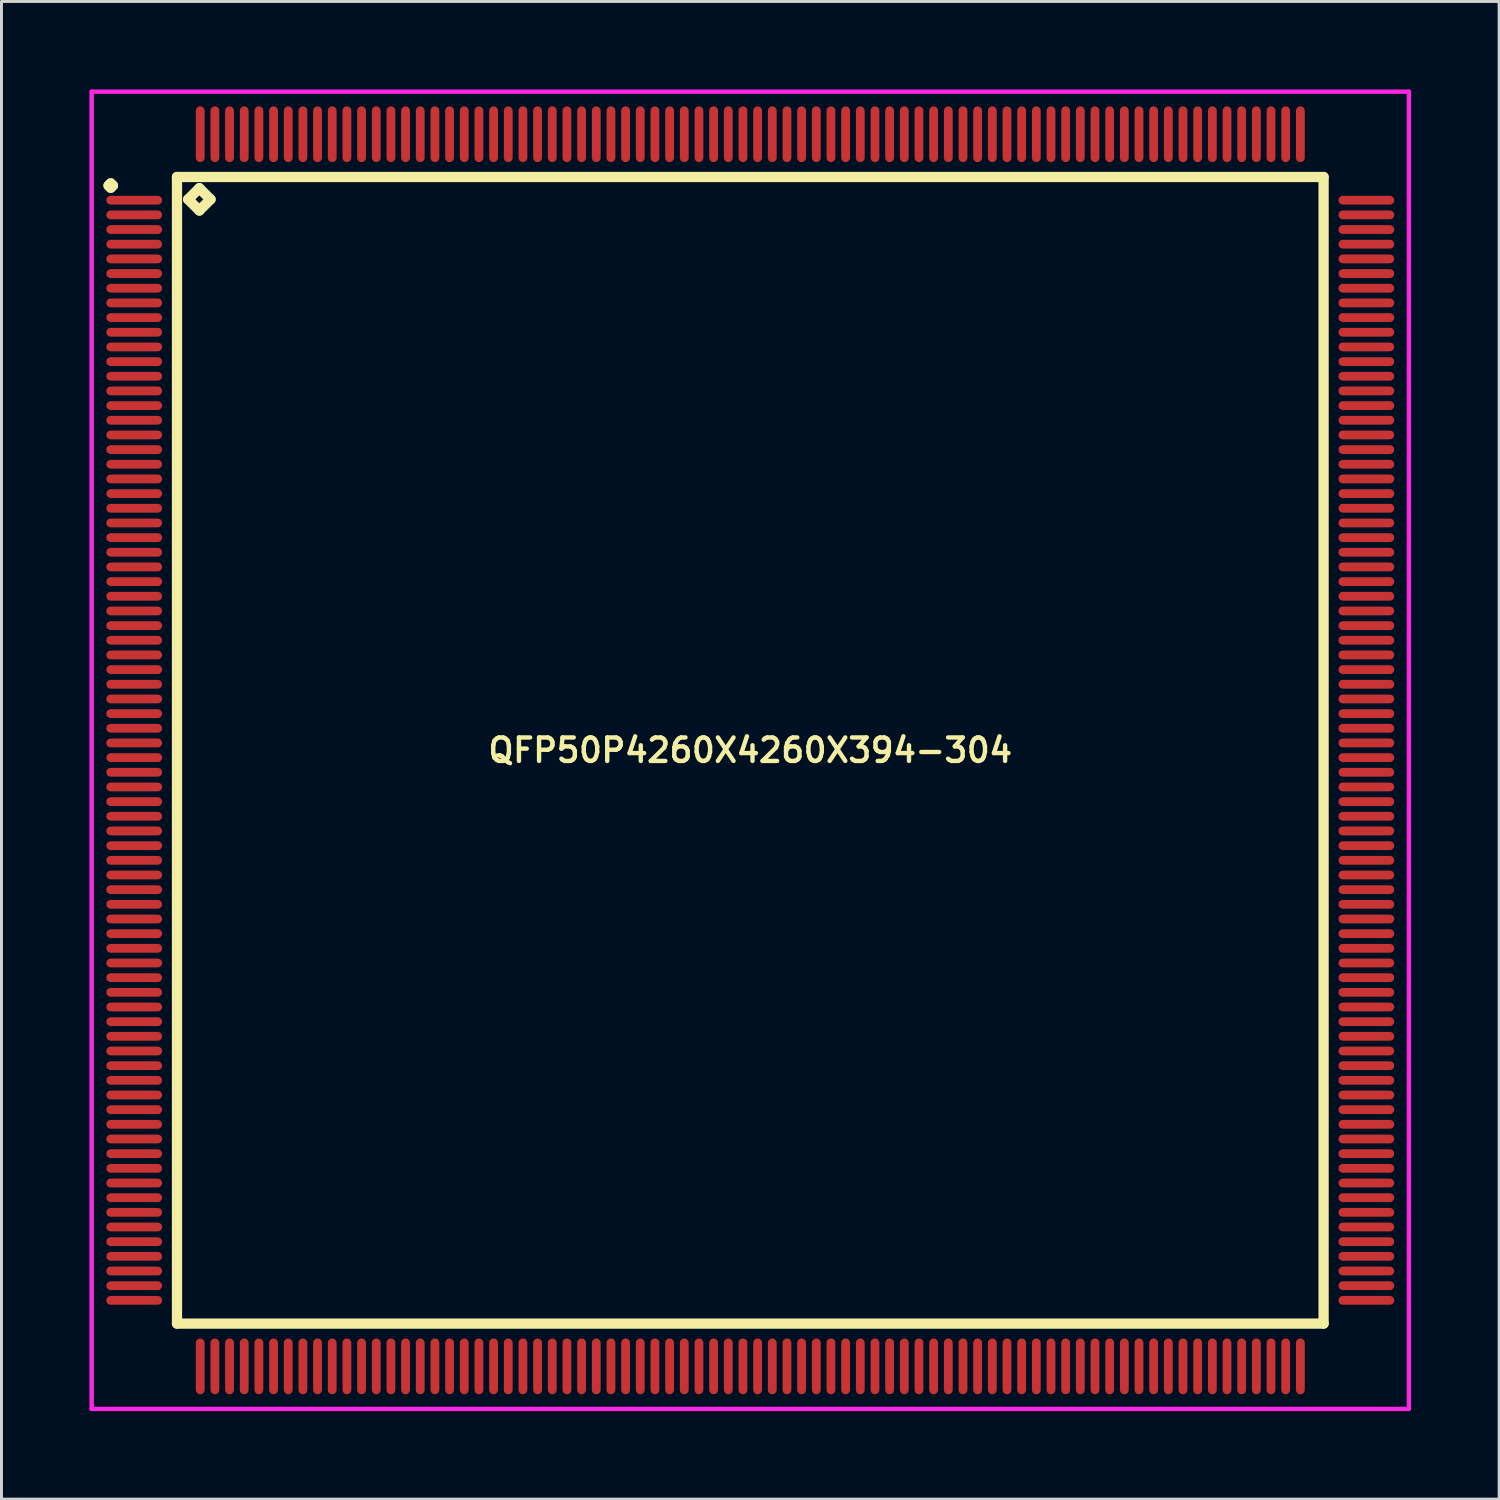
<source format=kicad_pcb>
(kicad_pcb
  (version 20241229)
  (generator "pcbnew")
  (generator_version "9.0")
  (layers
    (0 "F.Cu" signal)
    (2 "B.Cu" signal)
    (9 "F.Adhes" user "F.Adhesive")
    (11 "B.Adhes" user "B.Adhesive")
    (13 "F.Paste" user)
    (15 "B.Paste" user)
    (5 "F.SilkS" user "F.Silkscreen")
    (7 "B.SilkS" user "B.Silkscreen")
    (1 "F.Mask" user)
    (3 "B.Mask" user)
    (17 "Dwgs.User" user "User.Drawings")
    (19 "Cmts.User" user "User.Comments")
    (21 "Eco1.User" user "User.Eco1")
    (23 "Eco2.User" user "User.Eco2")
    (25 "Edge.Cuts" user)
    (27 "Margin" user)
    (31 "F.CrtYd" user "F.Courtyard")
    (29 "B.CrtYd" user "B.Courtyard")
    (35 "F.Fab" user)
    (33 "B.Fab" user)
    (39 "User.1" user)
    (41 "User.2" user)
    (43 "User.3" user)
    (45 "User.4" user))
  (footprint "QFP50P4260X4260X394-304"
    (layer "F.Cu")
    (at 22.525 22.525)
    (property "Reference" "QFP50P4260X4260X394-304" (at 0 0 0) (layer "F.SilkS") (effects (font (size 0.8 0.8) (thickness 0.15))))
    (attr through_hole)
    (fp_line (start -21.875 -19.25) (end -21.8 -19.325) (stroke (width 0.35) (type solid)) (layer "F.SilkS"))
    (fp_line (start -21.8 -19.325) (end -21.725 -19.25) (stroke (width 0.35) (type solid)) (layer "F.SilkS"))
    (fp_line (start -21.8 -19.175) (end -21.875 -19.25) (stroke (width 0.35) (type solid)) (layer "F.SilkS"))
    (fp_line (start -21.725 -19.25) (end -21.8 -19.175) (stroke (width 0.35) (type solid)) (layer "F.SilkS"))
    (fp_line (start -19.542 -19.542) (end -19.542 19.542) (stroke (width 0.35) (type solid)) (layer "F.SilkS"))
    (fp_line (start -19.542 19.542) (end 19.542 19.542) (stroke (width 0.35) (type solid)) (layer "F.SilkS"))
    (fp_line (start -19.161 -18.78) (end -18.78 -19.161) (stroke (width 0.35) (type solid)) (layer "F.SilkS"))
    (fp_line (start -18.78 -19.161) (end -18.399 -18.78) (stroke (width 0.35) (type solid)) (layer "F.SilkS"))
    (fp_line (start -18.78 -18.399) (end -19.161 -18.78) (stroke (width 0.35) (type solid)) (layer "F.SilkS"))
    (fp_line (start -18.399 -18.78) (end -18.78 -18.399) (stroke (width 0.35) (type solid)) (layer "F.SilkS"))
    (fp_line (start 19.542 -19.542) (end -19.542 -19.542) (stroke (width 0.35) (type solid)) (layer "F.SilkS"))
    (fp_line (start 19.542 19.542) (end 19.542 -19.542) (stroke (width 0.35) (type solid)) (layer "F.SilkS"))
    (fp_line (start -22.45 -22.45) (end 22.45 -22.45) (stroke (width 0.15) (type solid)) (layer "F.CrtYd"))
    (fp_line (start -22.45 22.45) (end -22.45 -22.45) (stroke (width 0.15) (type solid)) (layer "F.CrtYd"))
    (fp_line (start 22.45 -22.45) (end 22.45 22.45) (stroke (width 0.15) (type solid)) (layer "F.CrtYd"))
    (fp_line (start 22.45 22.45) (end -22.45 22.45) (stroke (width 0.15) (type solid)) (layer "F.CrtYd"))
    (pad "1" smd oval (at -21 -18.75) (size 1.9 0.3) (layers "F.Cu" "F.Mask" "F.Paste"))
    (pad "2" smd oval (at -21 -18.25) (size 1.9 0.3) (layers "F.Cu" "F.Mask" "F.Paste"))
    (pad "3" smd oval (at -21 -17.75) (size 1.9 0.3) (layers "F.Cu" "F.Mask" "F.Paste"))
    (pad "4" smd oval (at -21 -17.25) (size 1.9 0.3) (layers "F.Cu" "F.Mask" "F.Paste"))
    (pad "5" smd oval (at -21 -16.75) (size 1.9 0.3) (layers "F.Cu" "F.Mask" "F.Paste"))
    (pad "6" smd oval (at -21 -16.25) (size 1.9 0.3) (layers "F.Cu" "F.Mask" "F.Paste"))
    (pad "7" smd oval (at -21 -15.75) (size 1.9 0.3) (layers "F.Cu" "F.Mask" "F.Paste"))
    (pad "8" smd oval (at -21 -15.25) (size 1.9 0.3) (layers "F.Cu" "F.Mask" "F.Paste"))
    (pad "9" smd oval (at -21 -14.75) (size 1.9 0.3) (layers "F.Cu" "F.Mask" "F.Paste"))
    (pad "10" smd oval (at -21 -14.25) (size 1.9 0.3) (layers "F.Cu" "F.Mask" "F.Paste"))
    (pad "11" smd oval (at -21 -13.75) (size 1.9 0.3) (layers "F.Cu" "F.Mask" "F.Paste"))
    (pad "12" smd oval (at -21 -13.25) (size 1.9 0.3) (layers "F.Cu" "F.Mask" "F.Paste"))
    (pad "13" smd oval (at -21 -12.75) (size 1.9 0.3) (layers "F.Cu" "F.Mask" "F.Paste"))
    (pad "14" smd oval (at -21 -12.25) (size 1.9 0.3) (layers "F.Cu" "F.Mask" "F.Paste"))
    (pad "15" smd oval (at -21 -11.75) (size 1.9 0.3) (layers "F.Cu" "F.Mask" "F.Paste"))
    (pad "16" smd oval (at -21 -11.25) (size 1.9 0.3) (layers "F.Cu" "F.Mask" "F.Paste"))
    (pad "17" smd oval (at -21 -10.75) (size 1.9 0.3) (layers "F.Cu" "F.Mask" "F.Paste"))
    (pad "18" smd oval (at -21 -10.25) (size 1.9 0.3) (layers "F.Cu" "F.Mask" "F.Paste"))
    (pad "19" smd oval (at -21 -9.75) (size 1.9 0.3) (layers "F.Cu" "F.Mask" "F.Paste"))
    (pad "20" smd oval (at -21 -9.25) (size 1.9 0.3) (layers "F.Cu" "F.Mask" "F.Paste"))
    (pad "21" smd oval (at -21 -8.75) (size 1.9 0.3) (layers "F.Cu" "F.Mask" "F.Paste"))
    (pad "22" smd oval (at -21 -8.25) (size 1.9 0.3) (layers "F.Cu" "F.Mask" "F.Paste"))
    (pad "23" smd oval (at -21 -7.75) (size 1.9 0.3) (layers "F.Cu" "F.Mask" "F.Paste"))
    (pad "24" smd oval (at -21 -7.25) (size 1.9 0.3) (layers "F.Cu" "F.Mask" "F.Paste"))
    (pad "25" smd oval (at -21 -6.75) (size 1.9 0.3) (layers "F.Cu" "F.Mask" "F.Paste"))
    (pad "26" smd oval (at -21 -6.25) (size 1.9 0.3) (layers "F.Cu" "F.Mask" "F.Paste"))
    (pad "27" smd oval (at -21 -5.75) (size 1.9 0.3) (layers "F.Cu" "F.Mask" "F.Paste"))
    (pad "28" smd oval (at -21 -5.25) (size 1.9 0.3) (layers "F.Cu" "F.Mask" "F.Paste"))
    (pad "29" smd oval (at -21 -4.75) (size 1.9 0.3) (layers "F.Cu" "F.Mask" "F.Paste"))
    (pad "30" smd oval (at -21 -4.25) (size 1.9 0.3) (layers "F.Cu" "F.Mask" "F.Paste"))
    (pad "31" smd oval (at -21 -3.75) (size 1.9 0.3) (layers "F.Cu" "F.Mask" "F.Paste"))
    (pad "32" smd oval (at -21 -3.25) (size 1.9 0.3) (layers "F.Cu" "F.Mask" "F.Paste"))
    (pad "33" smd oval (at -21 -2.75) (size 1.9 0.3) (layers "F.Cu" "F.Mask" "F.Paste"))
    (pad "34" smd oval (at -21 -2.25) (size 1.9 0.3) (layers "F.Cu" "F.Mask" "F.Paste"))
    (pad "35" smd oval (at -21 -1.75) (size 1.9 0.3) (layers "F.Cu" "F.Mask" "F.Paste"))
    (pad "36" smd oval (at -21 -1.25) (size 1.9 0.3) (layers "F.Cu" "F.Mask" "F.Paste"))
    (pad "37" smd oval (at -21 -0.75) (size 1.9 0.3) (layers "F.Cu" "F.Mask" "F.Paste"))
    (pad "38" smd oval (at -21 -0.25) (size 1.9 0.3) (layers "F.Cu" "F.Mask" "F.Paste"))
    (pad "39" smd oval (at -21 0.25) (size 1.9 0.3) (layers "F.Cu" "F.Mask" "F.Paste"))
    (pad "40" smd oval (at -21 0.75) (size 1.9 0.3) (layers "F.Cu" "F.Mask" "F.Paste"))
    (pad "41" smd oval (at -21 1.25) (size 1.9 0.3) (layers "F.Cu" "F.Mask" "F.Paste"))
    (pad "42" smd oval (at -21 1.75) (size 1.9 0.3) (layers "F.Cu" "F.Mask" "F.Paste"))
    (pad "43" smd oval (at -21 2.25) (size 1.9 0.3) (layers "F.Cu" "F.Mask" "F.Paste"))
    (pad "44" smd oval (at -21 2.75) (size 1.9 0.3) (layers "F.Cu" "F.Mask" "F.Paste"))
    (pad "45" smd oval (at -21 3.25) (size 1.9 0.3) (layers "F.Cu" "F.Mask" "F.Paste"))
    (pad "46" smd oval (at -21 3.75) (size 1.9 0.3) (layers "F.Cu" "F.Mask" "F.Paste"))
    (pad "47" smd oval (at -21 4.25) (size 1.9 0.3) (layers "F.Cu" "F.Mask" "F.Paste"))
    (pad "48" smd oval (at -21 4.75) (size 1.9 0.3) (layers "F.Cu" "F.Mask" "F.Paste"))
    (pad "49" smd oval (at -21 5.25) (size 1.9 0.3) (layers "F.Cu" "F.Mask" "F.Paste"))
    (pad "50" smd oval (at -21 5.75) (size 1.9 0.3) (layers "F.Cu" "F.Mask" "F.Paste"))
    (pad "51" smd oval (at -21 6.25) (size 1.9 0.3) (layers "F.Cu" "F.Mask" "F.Paste"))
    (pad "52" smd oval (at -21 6.75) (size 1.9 0.3) (layers "F.Cu" "F.Mask" "F.Paste"))
    (pad "53" smd oval (at -21 7.25) (size 1.9 0.3) (layers "F.Cu" "F.Mask" "F.Paste"))
    (pad "54" smd oval (at -21 7.75) (size 1.9 0.3) (layers "F.Cu" "F.Mask" "F.Paste"))
    (pad "55" smd oval (at -21 8.25) (size 1.9 0.3) (layers "F.Cu" "F.Mask" "F.Paste"))
    (pad "56" smd oval (at -21 8.75) (size 1.9 0.3) (layers "F.Cu" "F.Mask" "F.Paste"))
    (pad "57" smd oval (at -21 9.25) (size 1.9 0.3) (layers "F.Cu" "F.Mask" "F.Paste"))
    (pad "58" smd oval (at -21 9.75) (size 1.9 0.3) (layers "F.Cu" "F.Mask" "F.Paste"))
    (pad "59" smd oval (at -21 10.25) (size 1.9 0.3) (layers "F.Cu" "F.Mask" "F.Paste"))
    (pad "60" smd oval (at -21 10.75) (size 1.9 0.3) (layers "F.Cu" "F.Mask" "F.Paste"))
    (pad "61" smd oval (at -21 11.25) (size 1.9 0.3) (layers "F.Cu" "F.Mask" "F.Paste"))
    (pad "62" smd oval (at -21 11.75) (size 1.9 0.3) (layers "F.Cu" "F.Mask" "F.Paste"))
    (pad "63" smd oval (at -21 12.25) (size 1.9 0.3) (layers "F.Cu" "F.Mask" "F.Paste"))
    (pad "64" smd oval (at -21 12.75) (size 1.9 0.3) (layers "F.Cu" "F.Mask" "F.Paste"))
    (pad "65" smd oval (at -21 13.25) (size 1.9 0.3) (layers "F.Cu" "F.Mask" "F.Paste"))
    (pad "66" smd oval (at -21 13.75) (size 1.9 0.3) (layers "F.Cu" "F.Mask" "F.Paste"))
    (pad "67" smd oval (at -21 14.25) (size 1.9 0.3) (layers "F.Cu" "F.Mask" "F.Paste"))
    (pad "68" smd oval (at -21 14.75) (size 1.9 0.3) (layers "F.Cu" "F.Mask" "F.Paste"))
    (pad "69" smd oval (at -21 15.25) (size 1.9 0.3) (layers "F.Cu" "F.Mask" "F.Paste"))
    (pad "70" smd oval (at -21 15.75) (size 1.9 0.3) (layers "F.Cu" "F.Mask" "F.Paste"))
    (pad "71" smd oval (at -21 16.25) (size 1.9 0.3) (layers "F.Cu" "F.Mask" "F.Paste"))
    (pad "72" smd oval (at -21 16.75) (size 1.9 0.3) (layers "F.Cu" "F.Mask" "F.Paste"))
    (pad "73" smd oval (at -21 17.25) (size 1.9 0.3) (layers "F.Cu" "F.Mask" "F.Paste"))
    (pad "74" smd oval (at -21 17.75) (size 1.9 0.3) (layers "F.Cu" "F.Mask" "F.Paste"))
    (pad "75" smd oval (at -21 18.25) (size 1.9 0.3) (layers "F.Cu" "F.Mask" "F.Paste"))
    (pad "76" smd oval (at -21 18.75) (size 1.9 0.3) (layers "F.Cu" "F.Mask" "F.Paste"))
    (pad "77" smd oval (at -18.75 21) (size 0.3 1.9) (layers "F.Cu" "F.Mask" "F.Paste"))
    (pad "78" smd oval (at -18.25 21) (size 0.3 1.9) (layers "F.Cu" "F.Mask" "F.Paste"))
    (pad "79" smd oval (at -17.75 21) (size 0.3 1.9) (layers "F.Cu" "F.Mask" "F.Paste"))
    (pad "80" smd oval (at -17.25 21) (size 0.3 1.9) (layers "F.Cu" "F.Mask" "F.Paste"))
    (pad "81" smd oval (at -16.75 21) (size 0.3 1.9) (layers "F.Cu" "F.Mask" "F.Paste"))
    (pad "82" smd oval (at -16.25 21) (size 0.3 1.9) (layers "F.Cu" "F.Mask" "F.Paste"))
    (pad "83" smd oval (at -15.75 21) (size 0.3 1.9) (layers "F.Cu" "F.Mask" "F.Paste"))
    (pad "84" smd oval (at -15.25 21) (size 0.3 1.9) (layers "F.Cu" "F.Mask" "F.Paste"))
    (pad "85" smd oval (at -14.75 21) (size 0.3 1.9) (layers "F.Cu" "F.Mask" "F.Paste"))
    (pad "86" smd oval (at -14.25 21) (size 0.3 1.9) (layers "F.Cu" "F.Mask" "F.Paste"))
    (pad "87" smd oval (at -13.75 21) (size 0.3 1.9) (layers "F.Cu" "F.Mask" "F.Paste"))
    (pad "88" smd oval (at -13.25 21) (size 0.3 1.9) (layers "F.Cu" "F.Mask" "F.Paste"))
    (pad "89" smd oval (at -12.75 21) (size 0.3 1.9) (layers "F.Cu" "F.Mask" "F.Paste"))
    (pad "90" smd oval (at -12.25 21) (size 0.3 1.9) (layers "F.Cu" "F.Mask" "F.Paste"))
    (pad "91" smd oval (at -11.75 21) (size 0.3 1.9) (layers "F.Cu" "F.Mask" "F.Paste"))
    (pad "92" smd oval (at -11.25 21) (size 0.3 1.9) (layers "F.Cu" "F.Mask" "F.Paste"))
    (pad "93" smd oval (at -10.75 21) (size 0.3 1.9) (layers "F.Cu" "F.Mask" "F.Paste"))
    (pad "94" smd oval (at -10.25 21) (size 0.3 1.9) (layers "F.Cu" "F.Mask" "F.Paste"))
    (pad "95" smd oval (at -9.75 21) (size 0.3 1.9) (layers "F.Cu" "F.Mask" "F.Paste"))
    (pad "96" smd oval (at -9.25 21) (size 0.3 1.9) (layers "F.Cu" "F.Mask" "F.Paste"))
    (pad "97" smd oval (at -8.75 21) (size 0.3 1.9) (layers "F.Cu" "F.Mask" "F.Paste"))
    (pad "98" smd oval (at -8.25 21) (size 0.3 1.9) (layers "F.Cu" "F.Mask" "F.Paste"))
    (pad "99" smd oval (at -7.75 21) (size 0.3 1.9) (layers "F.Cu" "F.Mask" "F.Paste"))
    (pad "100" smd oval (at -7.25 21) (size 0.3 1.9) (layers "F.Cu" "F.Mask" "F.Paste"))
    (pad "101" smd oval (at -6.75 21) (size 0.3 1.9) (layers "F.Cu" "F.Mask" "F.Paste"))
    (pad "102" smd oval (at -6.25 21) (size 0.3 1.9) (layers "F.Cu" "F.Mask" "F.Paste"))
    (pad "103" smd oval (at -5.75 21) (size 0.3 1.9) (layers "F.Cu" "F.Mask" "F.Paste"))
    (pad "104" smd oval (at -5.25 21) (size 0.3 1.9) (layers "F.Cu" "F.Mask" "F.Paste"))
    (pad "105" smd oval (at -4.75 21) (size 0.3 1.9) (layers "F.Cu" "F.Mask" "F.Paste"))
    (pad "106" smd oval (at -4.25 21) (size 0.3 1.9) (layers "F.Cu" "F.Mask" "F.Paste"))
    (pad "107" smd oval (at -3.75 21) (size 0.3 1.9) (layers "F.Cu" "F.Mask" "F.Paste"))
    (pad "108" smd oval (at -3.25 21) (size 0.3 1.9) (layers "F.Cu" "F.Mask" "F.Paste"))
    (pad "109" smd oval (at -2.75 21) (size 0.3 1.9) (layers "F.Cu" "F.Mask" "F.Paste"))
    (pad "110" smd oval (at -2.25 21) (size 0.3 1.9) (layers "F.Cu" "F.Mask" "F.Paste"))
    (pad "111" smd oval (at -1.75 21) (size 0.3 1.9) (layers "F.Cu" "F.Mask" "F.Paste"))
    (pad "112" smd oval (at -1.25 21) (size 0.3 1.9) (layers "F.Cu" "F.Mask" "F.Paste"))
    (pad "113" smd oval (at -0.75 21) (size 0.3 1.9) (layers "F.Cu" "F.Mask" "F.Paste"))
    (pad "114" smd oval (at -0.25 21) (size 0.3 1.9) (layers "F.Cu" "F.Mask" "F.Paste"))
    (pad "115" smd oval (at 0.25 21) (size 0.3 1.9) (layers "F.Cu" "F.Mask" "F.Paste"))
    (pad "116" smd oval (at 0.75 21) (size 0.3 1.9) (layers "F.Cu" "F.Mask" "F.Paste"))
    (pad "117" smd oval (at 1.25 21) (size 0.3 1.9) (layers "F.Cu" "F.Mask" "F.Paste"))
    (pad "118" smd oval (at 1.75 21) (size 0.3 1.9) (layers "F.Cu" "F.Mask" "F.Paste"))
    (pad "119" smd oval (at 2.25 21) (size 0.3 1.9) (layers "F.Cu" "F.Mask" "F.Paste"))
    (pad "120" smd oval (at 2.75 21) (size 0.3 1.9) (layers "F.Cu" "F.Mask" "F.Paste"))
    (pad "121" smd oval (at 3.25 21) (size 0.3 1.9) (layers "F.Cu" "F.Mask" "F.Paste"))
    (pad "122" smd oval (at 3.75 21) (size 0.3 1.9) (layers "F.Cu" "F.Mask" "F.Paste"))
    (pad "123" smd oval (at 4.25 21) (size 0.3 1.9) (layers "F.Cu" "F.Mask" "F.Paste"))
    (pad "124" smd oval (at 4.75 21) (size 0.3 1.9) (layers "F.Cu" "F.Mask" "F.Paste"))
    (pad "125" smd oval (at 5.25 21) (size 0.3 1.9) (layers "F.Cu" "F.Mask" "F.Paste"))
    (pad "126" smd oval (at 5.75 21) (size 0.3 1.9) (layers "F.Cu" "F.Mask" "F.Paste"))
    (pad "127" smd oval (at 6.25 21) (size 0.3 1.9) (layers "F.Cu" "F.Mask" "F.Paste"))
    (pad "128" smd oval (at 6.75 21) (size 0.3 1.9) (layers "F.Cu" "F.Mask" "F.Paste"))
    (pad "129" smd oval (at 7.25 21) (size 0.3 1.9) (layers "F.Cu" "F.Mask" "F.Paste"))
    (pad "130" smd oval (at 7.75 21) (size 0.3 1.9) (layers "F.Cu" "F.Mask" "F.Paste"))
    (pad "131" smd oval (at 8.25 21) (size 0.3 1.9) (layers "F.Cu" "F.Mask" "F.Paste"))
    (pad "132" smd oval (at 8.75 21) (size 0.3 1.9) (layers "F.Cu" "F.Mask" "F.Paste"))
    (pad "133" smd oval (at 9.25 21) (size 0.3 1.9) (layers "F.Cu" "F.Mask" "F.Paste"))
    (pad "134" smd oval (at 9.75 21) (size 0.3 1.9) (layers "F.Cu" "F.Mask" "F.Paste"))
    (pad "135" smd oval (at 10.25 21) (size 0.3 1.9) (layers "F.Cu" "F.Mask" "F.Paste"))
    (pad "136" smd oval (at 10.75 21) (size 0.3 1.9) (layers "F.Cu" "F.Mask" "F.Paste"))
    (pad "137" smd oval (at 11.25 21) (size 0.3 1.9) (layers "F.Cu" "F.Mask" "F.Paste"))
    (pad "138" smd oval (at 11.75 21) (size 0.3 1.9) (layers "F.Cu" "F.Mask" "F.Paste"))
    (pad "139" smd oval (at 12.25 21) (size 0.3 1.9) (layers "F.Cu" "F.Mask" "F.Paste"))
    (pad "140" smd oval (at 12.75 21) (size 0.3 1.9) (layers "F.Cu" "F.Mask" "F.Paste"))
    (pad "141" smd oval (at 13.25 21) (size 0.3 1.9) (layers "F.Cu" "F.Mask" "F.Paste"))
    (pad "142" smd oval (at 13.75 21) (size 0.3 1.9) (layers "F.Cu" "F.Mask" "F.Paste"))
    (pad "143" smd oval (at 14.25 21) (size 0.3 1.9) (layers "F.Cu" "F.Mask" "F.Paste"))
    (pad "144" smd oval (at 14.75 21) (size 0.3 1.9) (layers "F.Cu" "F.Mask" "F.Paste"))
    (pad "145" smd oval (at 15.25 21) (size 0.3 1.9) (layers "F.Cu" "F.Mask" "F.Paste"))
    (pad "146" smd oval (at 15.75 21) (size 0.3 1.9) (layers "F.Cu" "F.Mask" "F.Paste"))
    (pad "147" smd oval (at 16.25 21) (size 0.3 1.9) (layers "F.Cu" "F.Mask" "F.Paste"))
    (pad "148" smd oval (at 16.75 21) (size 0.3 1.9) (layers "F.Cu" "F.Mask" "F.Paste"))
    (pad "149" smd oval (at 17.25 21) (size 0.3 1.9) (layers "F.Cu" "F.Mask" "F.Paste"))
    (pad "150" smd oval (at 17.75 21) (size 0.3 1.9) (layers "F.Cu" "F.Mask" "F.Paste"))
    (pad "151" smd oval (at 18.25 21) (size 0.3 1.9) (layers "F.Cu" "F.Mask" "F.Paste"))
    (pad "152" smd oval (at 18.75 21) (size 0.3 1.9) (layers "F.Cu" "F.Mask" "F.Paste"))
    (pad "153" smd oval (at 21 18.75) (size 1.9 0.3) (layers "F.Cu" "F.Mask" "F.Paste"))
    (pad "154" smd oval (at 21 18.25) (size 1.9 0.3) (layers "F.Cu" "F.Mask" "F.Paste"))
    (pad "155" smd oval (at 21 17.75) (size 1.9 0.3) (layers "F.Cu" "F.Mask" "F.Paste"))
    (pad "156" smd oval (at 21 17.25) (size 1.9 0.3) (layers "F.Cu" "F.Mask" "F.Paste"))
    (pad "157" smd oval (at 21 16.75) (size 1.9 0.3) (layers "F.Cu" "F.Mask" "F.Paste"))
    (pad "158" smd oval (at 21 16.25) (size 1.9 0.3) (layers "F.Cu" "F.Mask" "F.Paste"))
    (pad "159" smd oval (at 21 15.75) (size 1.9 0.3) (layers "F.Cu" "F.Mask" "F.Paste"))
    (pad "160" smd oval (at 21 15.25) (size 1.9 0.3) (layers "F.Cu" "F.Mask" "F.Paste"))
    (pad "161" smd oval (at 21 14.75) (size 1.9 0.3) (layers "F.Cu" "F.Mask" "F.Paste"))
    (pad "162" smd oval (at 21 14.25) (size 1.9 0.3) (layers "F.Cu" "F.Mask" "F.Paste"))
    (pad "163" smd oval (at 21 13.75) (size 1.9 0.3) (layers "F.Cu" "F.Mask" "F.Paste"))
    (pad "164" smd oval (at 21 13.25) (size 1.9 0.3) (layers "F.Cu" "F.Mask" "F.Paste"))
    (pad "165" smd oval (at 21 12.75) (size 1.9 0.3) (layers "F.Cu" "F.Mask" "F.Paste"))
    (pad "166" smd oval (at 21 12.25) (size 1.9 0.3) (layers "F.Cu" "F.Mask" "F.Paste"))
    (pad "167" smd oval (at 21 11.75) (size 1.9 0.3) (layers "F.Cu" "F.Mask" "F.Paste"))
    (pad "168" smd oval (at 21 11.25) (size 1.9 0.3) (layers "F.Cu" "F.Mask" "F.Paste"))
    (pad "169" smd oval (at 21 10.75) (size 1.9 0.3) (layers "F.Cu" "F.Mask" "F.Paste"))
    (pad "170" smd oval (at 21 10.25) (size 1.9 0.3) (layers "F.Cu" "F.Mask" "F.Paste"))
    (pad "171" smd oval (at 21 9.75) (size 1.9 0.3) (layers "F.Cu" "F.Mask" "F.Paste"))
    (pad "172" smd oval (at 21 9.25) (size 1.9 0.3) (layers "F.Cu" "F.Mask" "F.Paste"))
    (pad "173" smd oval (at 21 8.75) (size 1.9 0.3) (layers "F.Cu" "F.Mask" "F.Paste"))
    (pad "174" smd oval (at 21 8.25) (size 1.9 0.3) (layers "F.Cu" "F.Mask" "F.Paste"))
    (pad "175" smd oval (at 21 7.75) (size 1.9 0.3) (layers "F.Cu" "F.Mask" "F.Paste"))
    (pad "176" smd oval (at 21 7.25) (size 1.9 0.3) (layers "F.Cu" "F.Mask" "F.Paste"))
    (pad "177" smd oval (at 21 6.75) (size 1.9 0.3) (layers "F.Cu" "F.Mask" "F.Paste"))
    (pad "178" smd oval (at 21 6.25) (size 1.9 0.3) (layers "F.Cu" "F.Mask" "F.Paste"))
    (pad "179" smd oval (at 21 5.75) (size 1.9 0.3) (layers "F.Cu" "F.Mask" "F.Paste"))
    (pad "180" smd oval (at 21 5.25) (size 1.9 0.3) (layers "F.Cu" "F.Mask" "F.Paste"))
    (pad "181" smd oval (at 21 4.75) (size 1.9 0.3) (layers "F.Cu" "F.Mask" "F.Paste"))
    (pad "182" smd oval (at 21 4.25) (size 1.9 0.3) (layers "F.Cu" "F.Mask" "F.Paste"))
    (pad "183" smd oval (at 21 3.75) (size 1.9 0.3) (layers "F.Cu" "F.Mask" "F.Paste"))
    (pad "184" smd oval (at 21 3.25) (size 1.9 0.3) (layers "F.Cu" "F.Mask" "F.Paste"))
    (pad "185" smd oval (at 21 2.75) (size 1.9 0.3) (layers "F.Cu" "F.Mask" "F.Paste"))
    (pad "186" smd oval (at 21 2.25) (size 1.9 0.3) (layers "F.Cu" "F.Mask" "F.Paste"))
    (pad "187" smd oval (at 21 1.75) (size 1.9 0.3) (layers "F.Cu" "F.Mask" "F.Paste"))
    (pad "188" smd oval (at 21 1.25) (size 1.9 0.3) (layers "F.Cu" "F.Mask" "F.Paste"))
    (pad "189" smd oval (at 21 0.75) (size 1.9 0.3) (layers "F.Cu" "F.Mask" "F.Paste"))
    (pad "190" smd oval (at 21 0.25) (size 1.9 0.3) (layers "F.Cu" "F.Mask" "F.Paste"))
    (pad "191" smd oval (at 21 -0.25) (size 1.9 0.3) (layers "F.Cu" "F.Mask" "F.Paste"))
    (pad "192" smd oval (at 21 -0.75) (size 1.9 0.3) (layers "F.Cu" "F.Mask" "F.Paste"))
    (pad "193" smd oval (at 21 -1.25) (size 1.9 0.3) (layers "F.Cu" "F.Mask" "F.Paste"))
    (pad "194" smd oval (at 21 -1.75) (size 1.9 0.3) (layers "F.Cu" "F.Mask" "F.Paste"))
    (pad "195" smd oval (at 21 -2.25) (size 1.9 0.3) (layers "F.Cu" "F.Mask" "F.Paste"))
    (pad "196" smd oval (at 21 -2.75) (size 1.9 0.3) (layers "F.Cu" "F.Mask" "F.Paste"))
    (pad "197" smd oval (at 21 -3.25) (size 1.9 0.3) (layers "F.Cu" "F.Mask" "F.Paste"))
    (pad "198" smd oval (at 21 -3.75) (size 1.9 0.3) (layers "F.Cu" "F.Mask" "F.Paste"))
    (pad "199" smd oval (at 21 -4.25) (size 1.9 0.3) (layers "F.Cu" "F.Mask" "F.Paste"))
    (pad "200" smd oval (at 21 -4.75) (size 1.9 0.3) (layers "F.Cu" "F.Mask" "F.Paste"))
    (pad "201" smd oval (at 21 -5.25) (size 1.9 0.3) (layers "F.Cu" "F.Mask" "F.Paste"))
    (pad "202" smd oval (at 21 -5.75) (size 1.9 0.3) (layers "F.Cu" "F.Mask" "F.Paste"))
    (pad "203" smd oval (at 21 -6.25) (size 1.9 0.3) (layers "F.Cu" "F.Mask" "F.Paste"))
    (pad "204" smd oval (at 21 -6.75) (size 1.9 0.3) (layers "F.Cu" "F.Mask" "F.Paste"))
    (pad "205" smd oval (at 21 -7.25) (size 1.9 0.3) (layers "F.Cu" "F.Mask" "F.Paste"))
    (pad "206" smd oval (at 21 -7.75) (size 1.9 0.3) (layers "F.Cu" "F.Mask" "F.Paste"))
    (pad "207" smd oval (at 21 -8.25) (size 1.9 0.3) (layers "F.Cu" "F.Mask" "F.Paste"))
    (pad "208" smd oval (at 21 -8.75) (size 1.9 0.3) (layers "F.Cu" "F.Mask" "F.Paste"))
    (pad "209" smd oval (at 21 -9.25) (size 1.9 0.3) (layers "F.Cu" "F.Mask" "F.Paste"))
    (pad "210" smd oval (at 21 -9.75) (size 1.9 0.3) (layers "F.Cu" "F.Mask" "F.Paste"))
    (pad "211" smd oval (at 21 -10.25) (size 1.9 0.3) (layers "F.Cu" "F.Mask" "F.Paste"))
    (pad "212" smd oval (at 21 -10.75) (size 1.9 0.3) (layers "F.Cu" "F.Mask" "F.Paste"))
    (pad "213" smd oval (at 21 -11.25) (size 1.9 0.3) (layers "F.Cu" "F.Mask" "F.Paste"))
    (pad "214" smd oval (at 21 -11.75) (size 1.9 0.3) (layers "F.Cu" "F.Mask" "F.Paste"))
    (pad "215" smd oval (at 21 -12.25) (size 1.9 0.3) (layers "F.Cu" "F.Mask" "F.Paste"))
    (pad "216" smd oval (at 21 -12.75) (size 1.9 0.3) (layers "F.Cu" "F.Mask" "F.Paste"))
    (pad "217" smd oval (at 21 -13.25) (size 1.9 0.3) (layers "F.Cu" "F.Mask" "F.Paste"))
    (pad "218" smd oval (at 21 -13.75) (size 1.9 0.3) (layers "F.Cu" "F.Mask" "F.Paste"))
    (pad "219" smd oval (at 21 -14.25) (size 1.9 0.3) (layers "F.Cu" "F.Mask" "F.Paste"))
    (pad "220" smd oval (at 21 -14.75) (size 1.9 0.3) (layers "F.Cu" "F.Mask" "F.Paste"))
    (pad "221" smd oval (at 21 -15.25) (size 1.9 0.3) (layers "F.Cu" "F.Mask" "F.Paste"))
    (pad "222" smd oval (at 21 -15.75) (size 1.9 0.3) (layers "F.Cu" "F.Mask" "F.Paste"))
    (pad "223" smd oval (at 21 -16.25) (size 1.9 0.3) (layers "F.Cu" "F.Mask" "F.Paste"))
    (pad "224" smd oval (at 21 -16.75) (size 1.9 0.3) (layers "F.Cu" "F.Mask" "F.Paste"))
    (pad "225" smd oval (at 21 -17.25) (size 1.9 0.3) (layers "F.Cu" "F.Mask" "F.Paste"))
    (pad "226" smd oval (at 21 -17.75) (size 1.9 0.3) (layers "F.Cu" "F.Mask" "F.Paste"))
    (pad "227" smd oval (at 21 -18.25) (size 1.9 0.3) (layers "F.Cu" "F.Mask" "F.Paste"))
    (pad "228" smd oval (at 21 -18.75) (size 1.9 0.3) (layers "F.Cu" "F.Mask" "F.Paste"))
    (pad "229" smd oval (at 18.75 -21) (size 0.3 1.9) (layers "F.Cu" "F.Mask" "F.Paste"))
    (pad "230" smd oval (at 18.25 -21) (size 0.3 1.9) (layers "F.Cu" "F.Mask" "F.Paste"))
    (pad "231" smd oval (at 17.75 -21) (size 0.3 1.9) (layers "F.Cu" "F.Mask" "F.Paste"))
    (pad "232" smd oval (at 17.25 -21) (size 0.3 1.9) (layers "F.Cu" "F.Mask" "F.Paste"))
    (pad "233" smd oval (at 16.75 -21) (size 0.3 1.9) (layers "F.Cu" "F.Mask" "F.Paste"))
    (pad "234" smd oval (at 16.25 -21) (size 0.3 1.9) (layers "F.Cu" "F.Mask" "F.Paste"))
    (pad "235" smd oval (at 15.75 -21) (size 0.3 1.9) (layers "F.Cu" "F.Mask" "F.Paste"))
    (pad "236" smd oval (at 15.25 -21) (size 0.3 1.9) (layers "F.Cu" "F.Mask" "F.Paste"))
    (pad "237" smd oval (at 14.75 -21) (size 0.3 1.9) (layers "F.Cu" "F.Mask" "F.Paste"))
    (pad "238" smd oval (at 14.25 -21) (size 0.3 1.9) (layers "F.Cu" "F.Mask" "F.Paste"))
    (pad "239" smd oval (at 13.75 -21) (size 0.3 1.9) (layers "F.Cu" "F.Mask" "F.Paste"))
    (pad "240" smd oval (at 13.25 -21) (size 0.3 1.9) (layers "F.Cu" "F.Mask" "F.Paste"))
    (pad "241" smd oval (at 12.75 -21) (size 0.3 1.9) (layers "F.Cu" "F.Mask" "F.Paste"))
    (pad "242" smd oval (at 12.25 -21) (size 0.3 1.9) (layers "F.Cu" "F.Mask" "F.Paste"))
    (pad "243" smd oval (at 11.75 -21) (size 0.3 1.9) (layers "F.Cu" "F.Mask" "F.Paste"))
    (pad "244" smd oval (at 11.25 -21) (size 0.3 1.9) (layers "F.Cu" "F.Mask" "F.Paste"))
    (pad "245" smd oval (at 10.75 -21) (size 0.3 1.9) (layers "F.Cu" "F.Mask" "F.Paste"))
    (pad "246" smd oval (at 10.25 -21) (size 0.3 1.9) (layers "F.Cu" "F.Mask" "F.Paste"))
    (pad "247" smd oval (at 9.75 -21) (size 0.3 1.9) (layers "F.Cu" "F.Mask" "F.Paste"))
    (pad "248" smd oval (at 9.25 -21) (size 0.3 1.9) (layers "F.Cu" "F.Mask" "F.Paste"))
    (pad "249" smd oval (at 8.75 -21) (size 0.3 1.9) (layers "F.Cu" "F.Mask" "F.Paste"))
    (pad "250" smd oval (at 8.25 -21) (size 0.3 1.9) (layers "F.Cu" "F.Mask" "F.Paste"))
    (pad "251" smd oval (at 7.75 -21) (size 0.3 1.9) (layers "F.Cu" "F.Mask" "F.Paste"))
    (pad "252" smd oval (at 7.25 -21) (size 0.3 1.9) (layers "F.Cu" "F.Mask" "F.Paste"))
    (pad "253" smd oval (at 6.75 -21) (size 0.3 1.9) (layers "F.Cu" "F.Mask" "F.Paste"))
    (pad "254" smd oval (at 6.25 -21) (size 0.3 1.9) (layers "F.Cu" "F.Mask" "F.Paste"))
    (pad "255" smd oval (at 5.75 -21) (size 0.3 1.9) (layers "F.Cu" "F.Mask" "F.Paste"))
    (pad "256" smd oval (at 5.25 -21) (size 0.3 1.9) (layers "F.Cu" "F.Mask" "F.Paste"))
    (pad "257" smd oval (at 4.75 -21) (size 0.3 1.9) (layers "F.Cu" "F.Mask" "F.Paste"))
    (pad "258" smd oval (at 4.25 -21) (size 0.3 1.9) (layers "F.Cu" "F.Mask" "F.Paste"))
    (pad "259" smd oval (at 3.75 -21) (size 0.3 1.9) (layers "F.Cu" "F.Mask" "F.Paste"))
    (pad "260" smd oval (at 3.25 -21) (size 0.3 1.9) (layers "F.Cu" "F.Mask" "F.Paste"))
    (pad "261" smd oval (at 2.75 -21) (size 0.3 1.9) (layers "F.Cu" "F.Mask" "F.Paste"))
    (pad "262" smd oval (at 2.25 -21) (size 0.3 1.9) (layers "F.Cu" "F.Mask" "F.Paste"))
    (pad "263" smd oval (at 1.75 -21) (size 0.3 1.9) (layers "F.Cu" "F.Mask" "F.Paste"))
    (pad "264" smd oval (at 1.25 -21) (size 0.3 1.9) (layers "F.Cu" "F.Mask" "F.Paste"))
    (pad "265" smd oval (at 0.75 -21) (size 0.3 1.9) (layers "F.Cu" "F.Mask" "F.Paste"))
    (pad "266" smd oval (at 0.25 -21) (size 0.3 1.9) (layers "F.Cu" "F.Mask" "F.Paste"))
    (pad "267" smd oval (at -0.25 -21) (size 0.3 1.9) (layers "F.Cu" "F.Mask" "F.Paste"))
    (pad "268" smd oval (at -0.75 -21) (size 0.3 1.9) (layers "F.Cu" "F.Mask" "F.Paste"))
    (pad "269" smd oval (at -1.25 -21) (size 0.3 1.9) (layers "F.Cu" "F.Mask" "F.Paste"))
    (pad "270" smd oval (at -1.75 -21) (size 0.3 1.9) (layers "F.Cu" "F.Mask" "F.Paste"))
    (pad "271" smd oval (at -2.25 -21) (size 0.3 1.9) (layers "F.Cu" "F.Mask" "F.Paste"))
    (pad "272" smd oval (at -2.75 -21) (size 0.3 1.9) (layers "F.Cu" "F.Mask" "F.Paste"))
    (pad "273" smd oval (at -3.25 -21) (size 0.3 1.9) (layers "F.Cu" "F.Mask" "F.Paste"))
    (pad "274" smd oval (at -3.75 -21) (size 0.3 1.9) (layers "F.Cu" "F.Mask" "F.Paste"))
    (pad "275" smd oval (at -4.25 -21) (size 0.3 1.9) (layers "F.Cu" "F.Mask" "F.Paste"))
    (pad "276" smd oval (at -4.75 -21) (size 0.3 1.9) (layers "F.Cu" "F.Mask" "F.Paste"))
    (pad "277" smd oval (at -5.25 -21) (size 0.3 1.9) (layers "F.Cu" "F.Mask" "F.Paste"))
    (pad "278" smd oval (at -5.75 -21) (size 0.3 1.9) (layers "F.Cu" "F.Mask" "F.Paste"))
    (pad "279" smd oval (at -6.25 -21) (size 0.3 1.9) (layers "F.Cu" "F.Mask" "F.Paste"))
    (pad "280" smd oval (at -6.75 -21) (size 0.3 1.9) (layers "F.Cu" "F.Mask" "F.Paste"))
    (pad "281" smd oval (at -7.25 -21) (size 0.3 1.9) (layers "F.Cu" "F.Mask" "F.Paste"))
    (pad "282" smd oval (at -7.75 -21) (size 0.3 1.9) (layers "F.Cu" "F.Mask" "F.Paste"))
    (pad "283" smd oval (at -8.25 -21) (size 0.3 1.9) (layers "F.Cu" "F.Mask" "F.Paste"))
    (pad "284" smd oval (at -8.75 -21) (size 0.3 1.9) (layers "F.Cu" "F.Mask" "F.Paste"))
    (pad "285" smd oval (at -9.25 -21) (size 0.3 1.9) (layers "F.Cu" "F.Mask" "F.Paste"))
    (pad "286" smd oval (at -9.75 -21) (size 0.3 1.9) (layers "F.Cu" "F.Mask" "F.Paste"))
    (pad "287" smd oval (at -10.25 -21) (size 0.3 1.9) (layers "F.Cu" "F.Mask" "F.Paste"))
    (pad "288" smd oval (at -10.75 -21) (size 0.3 1.9) (layers "F.Cu" "F.Mask" "F.Paste"))
    (pad "289" smd oval (at -11.25 -21) (size 0.3 1.9) (layers "F.Cu" "F.Mask" "F.Paste"))
    (pad "290" smd oval (at -11.75 -21) (size 0.3 1.9) (layers "F.Cu" "F.Mask" "F.Paste"))
    (pad "291" smd oval (at -12.25 -21) (size 0.3 1.9) (layers "F.Cu" "F.Mask" "F.Paste"))
    (pad "292" smd oval (at -12.75 -21) (size 0.3 1.9) (layers "F.Cu" "F.Mask" "F.Paste"))
    (pad "293" smd oval (at -13.25 -21) (size 0.3 1.9) (layers "F.Cu" "F.Mask" "F.Paste"))
    (pad "294" smd oval (at -13.75 -21) (size 0.3 1.9) (layers "F.Cu" "F.Mask" "F.Paste"))
    (pad "295" smd oval (at -14.25 -21) (size 0.3 1.9) (layers "F.Cu" "F.Mask" "F.Paste"))
    (pad "296" smd oval (at -14.75 -21) (size 0.3 1.9) (layers "F.Cu" "F.Mask" "F.Paste"))
    (pad "297" smd oval (at -15.25 -21) (size 0.3 1.9) (layers "F.Cu" "F.Mask" "F.Paste"))
    (pad "298" smd oval (at -15.75 -21) (size 0.3 1.9) (layers "F.Cu" "F.Mask" "F.Paste"))
    (pad "299" smd oval (at -16.25 -21) (size 0.3 1.9) (layers "F.Cu" "F.Mask" "F.Paste"))
    (pad "300" smd oval (at -16.75 -21) (size 0.3 1.9) (layers "F.Cu" "F.Mask" "F.Paste"))
    (pad "301" smd oval (at -17.25 -21) (size 0.3 1.9) (layers "F.Cu" "F.Mask" "F.Paste"))
    (pad "302" smd oval (at -17.75 -21) (size 0.3 1.9) (layers "F.Cu" "F.Mask" "F.Paste"))
    (pad "303" smd oval (at -18.25 -21) (size 0.3 1.9) (layers "F.Cu" "F.Mask" "F.Paste"))
    (pad "304" smd oval (at -18.75 -21) (size 0.3 1.9) (layers "F.Cu" "F.Mask" "F.Paste")))
  (gr_rect
    (start -3 -3)
    (end 48.05 48.05)
    (stroke (width 0.1) (type default))
    (fill no)
    (layer "Edge.Cuts")))
</source>
